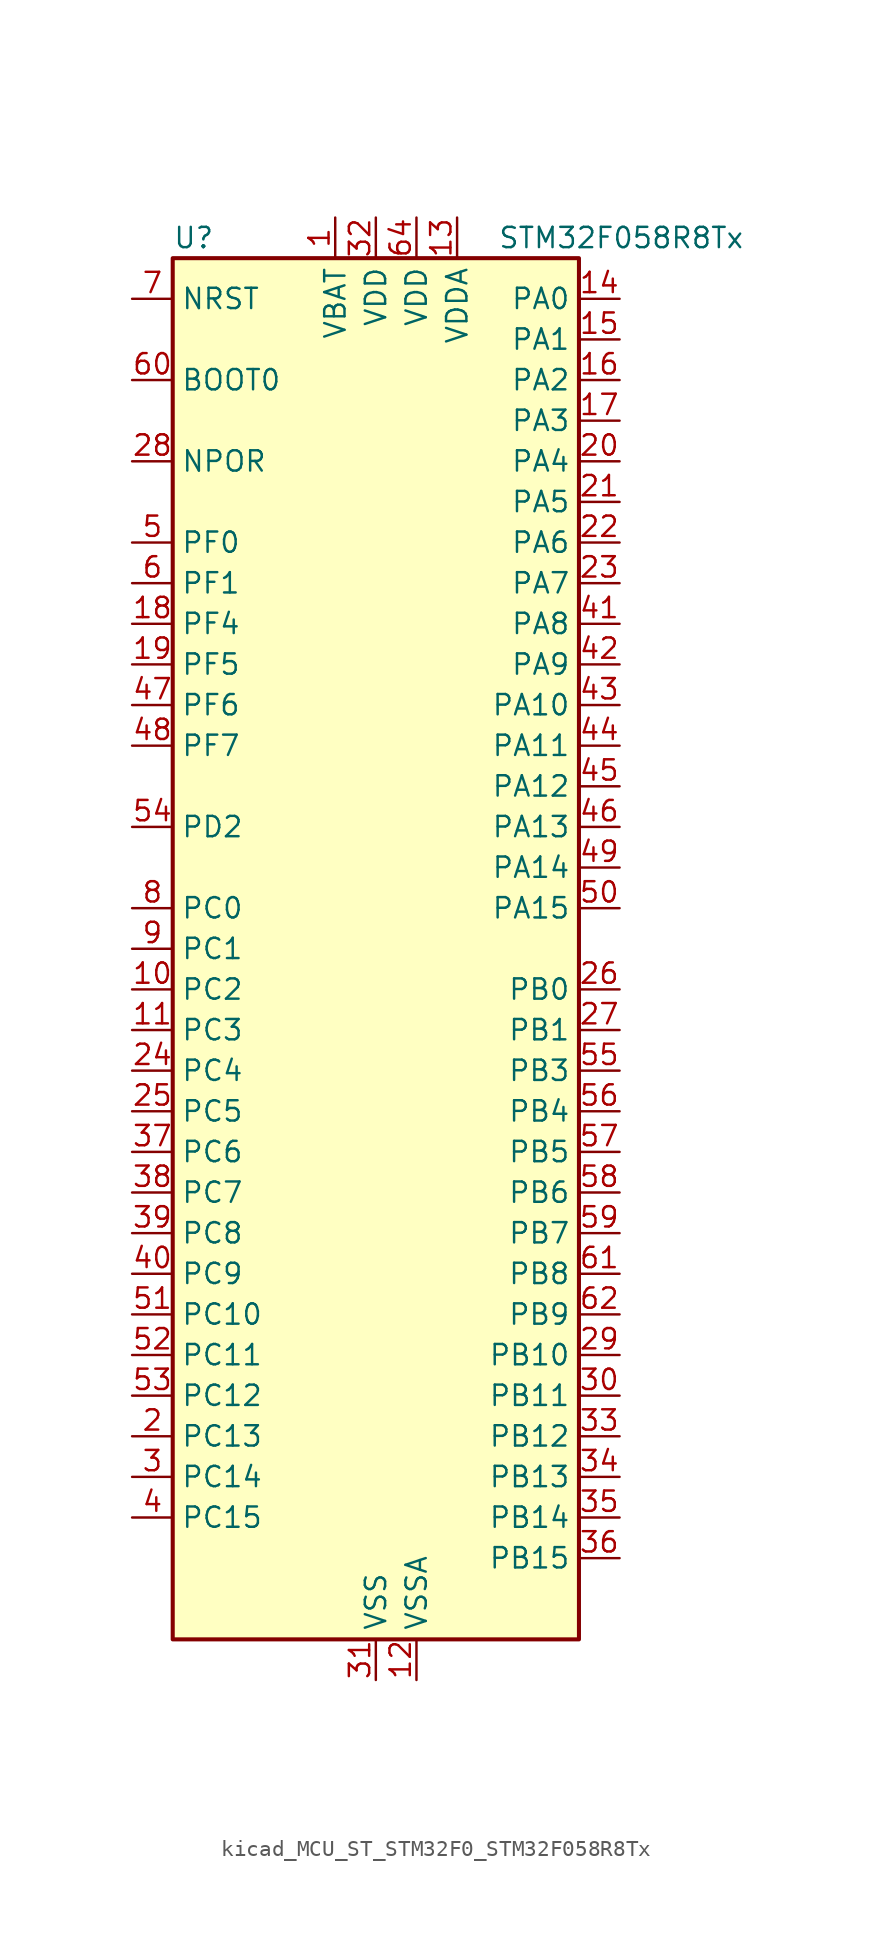
<source format=kicad_sym>
(kicad_symbol_lib
  (version 20220914)
  (generator kicad_symbol_editor)
  (symbol "kicad_MCU_ST_STM32F0_STM32F058R8Tx"
    (property "Reference" "U"
      (at -12.7 44.45 0)
      (effects (font (size 1.27 1.27)) (justify left)))
    (property "Value" "STM32F058R8Tx"
      (at 7.62 44.45 0)
      (effects (font (size 1.27 1.27)) (justify left)))
    (property "ki_locked" ""
      (at 0 0 0)
      (effects (font (size 1.27 1.27))))
    (symbol "kicad_MCU_ST_STM32F0_STM32F058R8Tx_0_1"
      (rectangle (start -12.7 -43.18) (end 12.7 43.18) (stroke (width 0.254) (type default)) (fill (type background))))
    (symbol "kicad_MCU_ST_STM32F0_STM32F058R8Tx_1_1"
      (pin power_in line (at -2.54 45.72 270) (length 2.54) (name "VBAT" (effects (font (size 1.27 1.27)))) (number "1" (effects (font (size 1.27 1.27)))))
      (pin bidirectional line (at -15.24 -2.54 0) (length 2.54) (name "PC2" (effects (font (size 1.27 1.27)))) (number "10" (effects (font (size 1.27 1.27)))) (alternate "ADC_IN12" bidirectional line))
      (pin bidirectional line (at -15.24 -5.08 0) (length 2.54) (name "PC3" (effects (font (size 1.27 1.27)))) (number "11" (effects (font (size 1.27 1.27)))) (alternate "ADC_IN13" bidirectional line))
      (pin power_in line (at 2.54 -45.72 90) (length 2.54) (name "VSSA" (effects (font (size 1.27 1.27)))) (number "12" (effects (font (size 1.27 1.27)))))
      (pin power_in line (at 5.08 45.72 270) (length 2.54) (name "VDDA" (effects (font (size 1.27 1.27)))) (number "13" (effects (font (size 1.27 1.27)))))
      (pin bidirectional line (at 15.24 40.64 180) (length 2.54) (name "PA0" (effects (font (size 1.27 1.27)))) (number "14" (effects (font (size 1.27 1.27)))) (alternate "ADC_IN0" bidirectional line) (alternate "COMP1_INM" bidirectional line) (alternate "COMP1_OUT" bidirectional line) (alternate "RTC_TAMP2" bidirectional line) (alternate "SYS_WKUP1" bidirectional line) (alternate "TIM2_CH1" bidirectional line) (alternate "TIM2_ETR" bidirectional line) (alternate "TSC_G1_IO1" bidirectional line) (alternate "USART2_CTS" bidirectional line))
      (pin bidirectional line (at 15.24 38.1 180) (length 2.54) (name "PA1" (effects (font (size 1.27 1.27)))) (number "15" (effects (font (size 1.27 1.27)))) (alternate "ADC_IN1" bidirectional line) (alternate "COMP1_INP" bidirectional line) (alternate "TIM2_CH2" bidirectional line) (alternate "TSC_G1_IO2" bidirectional line) (alternate "USART2_DE" bidirectional line) (alternate "USART2_RTS" bidirectional line))
      (pin bidirectional line (at 15.24 35.56 180) (length 2.54) (name "PA2" (effects (font (size 1.27 1.27)))) (number "16" (effects (font (size 1.27 1.27)))) (alternate "ADC_IN2" bidirectional line) (alternate "COMP2_INM" bidirectional line) (alternate "COMP2_OUT" bidirectional line) (alternate "TIM15_CH1" bidirectional line) (alternate "TIM2_CH3" bidirectional line) (alternate "TSC_G1_IO3" bidirectional line) (alternate "USART2_TX" bidirectional line))
      (pin bidirectional line (at 15.24 33.02 180) (length 2.54) (name "PA3" (effects (font (size 1.27 1.27)))) (number "17" (effects (font (size 1.27 1.27)))) (alternate "ADC_IN3" bidirectional line) (alternate "COMP2_INP" bidirectional line) (alternate "TIM15_CH2" bidirectional line) (alternate "TIM2_CH4" bidirectional line) (alternate "TSC_G1_IO4" bidirectional line) (alternate "USART2_RX" bidirectional line))
      (pin bidirectional line (at -15.24 20.32 0) (length 2.54) (name "PF4" (effects (font (size 1.27 1.27)))) (number "18" (effects (font (size 1.27 1.27)))))
      (pin bidirectional line (at -15.24 17.78 0) (length 2.54) (name "PF5" (effects (font (size 1.27 1.27)))) (number "19" (effects (font (size 1.27 1.27)))))
      (pin bidirectional line (at -15.24 -30.48 0) (length 2.54) (name "PC13" (effects (font (size 1.27 1.27)))) (number "2" (effects (font (size 1.27 1.27)))) (alternate "RTC_OUT_ALARM" bidirectional line) (alternate "RTC_OUT_CALIB" bidirectional line) (alternate "RTC_TAMP1" bidirectional line) (alternate "RTC_TS" bidirectional line) (alternate "SYS_WKUP2" bidirectional line))
      (pin bidirectional line (at 15.24 30.48 180) (length 2.54) (name "PA4" (effects (font (size 1.27 1.27)))) (number "20" (effects (font (size 1.27 1.27)))) (alternate "ADC_IN4" bidirectional line) (alternate "COMP1_INM" bidirectional line) (alternate "COMP2_INM" bidirectional line) (alternate "DAC1_OUT1" bidirectional line) (alternate "I2S1_WS" bidirectional line) (alternate "SPI1_NSS" bidirectional line) (alternate "TIM14_CH1" bidirectional line) (alternate "TSC_G2_IO1" bidirectional line) (alternate "USART2_CK" bidirectional line))
      (pin bidirectional line (at 15.24 27.94 180) (length 2.54) (name "PA5" (effects (font (size 1.27 1.27)))) (number "21" (effects (font (size 1.27 1.27)))) (alternate "ADC_IN5" bidirectional line) (alternate "CEC" bidirectional line) (alternate "COMP1_INM" bidirectional line) (alternate "COMP2_INM" bidirectional line) (alternate "I2S1_CK" bidirectional line) (alternate "SPI1_SCK" bidirectional line) (alternate "TIM2_CH1" bidirectional line) (alternate "TIM2_ETR" bidirectional line) (alternate "TSC_G2_IO2" bidirectional line))
      (pin bidirectional line (at 15.24 25.4 180) (length 2.54) (name "PA6" (effects (font (size 1.27 1.27)))) (number "22" (effects (font (size 1.27 1.27)))) (alternate "ADC_IN6" bidirectional line) (alternate "COMP1_OUT" bidirectional line) (alternate "I2S1_MCK" bidirectional line) (alternate "SPI1_MISO" bidirectional line) (alternate "TIM16_CH1" bidirectional line) (alternate "TIM1_BKIN" bidirectional line) (alternate "TIM3_CH1" bidirectional line) (alternate "TSC_G2_IO3" bidirectional line))
      (pin bidirectional line (at 15.24 22.86 180) (length 2.54) (name "PA7" (effects (font (size 1.27 1.27)))) (number "23" (effects (font (size 1.27 1.27)))) (alternate "ADC_IN7" bidirectional line) (alternate "COMP2_OUT" bidirectional line) (alternate "I2S1_SD" bidirectional line) (alternate "SPI1_MOSI" bidirectional line) (alternate "TIM14_CH1" bidirectional line) (alternate "TIM17_CH1" bidirectional line) (alternate "TIM1_CH1N" bidirectional line) (alternate "TIM3_CH2" bidirectional line) (alternate "TSC_G2_IO4" bidirectional line))
      (pin bidirectional line (at -15.24 -7.62 0) (length 2.54) (name "PC4" (effects (font (size 1.27 1.27)))) (number "24" (effects (font (size 1.27 1.27)))) (alternate "ADC_IN14" bidirectional line))
      (pin bidirectional line (at -15.24 -10.16 0) (length 2.54) (name "PC5" (effects (font (size 1.27 1.27)))) (number "25" (effects (font (size 1.27 1.27)))) (alternate "ADC_IN15" bidirectional line) (alternate "TSC_G3_IO1" bidirectional line))
      (pin bidirectional line (at 15.24 -2.54 180) (length 2.54) (name "PB0" (effects (font (size 1.27 1.27)))) (number "26" (effects (font (size 1.27 1.27)))) (alternate "ADC_IN8" bidirectional line) (alternate "TIM1_CH2N" bidirectional line) (alternate "TIM3_CH3" bidirectional line) (alternate "TSC_G3_IO2" bidirectional line))
      (pin bidirectional line (at 15.24 -5.08 180) (length 2.54) (name "PB1" (effects (font (size 1.27 1.27)))) (number "27" (effects (font (size 1.27 1.27)))) (alternate "ADC_IN9" bidirectional line) (alternate "TIM14_CH1" bidirectional line) (alternate "TIM1_CH3N" bidirectional line) (alternate "TIM3_CH4" bidirectional line) (alternate "TSC_G3_IO3" bidirectional line))
      (pin input line (at -15.24 30.48 0) (length 2.54) (name "NPOR" (effects (font (size 1.27 1.27)))) (number "28" (effects (font (size 1.27 1.27)))))
      (pin bidirectional line (at 15.24 -25.4 180) (length 2.54) (name "PB10" (effects (font (size 1.27 1.27)))) (number "29" (effects (font (size 1.27 1.27)))) (alternate "CEC" bidirectional line) (alternate "I2C2_SCL" bidirectional line) (alternate "TIM2_CH3" bidirectional line) (alternate "TSC_SYNC" bidirectional line))
      (pin bidirectional line (at -15.24 -33.02 0) (length 2.54) (name "PC14" (effects (font (size 1.27 1.27)))) (number "3" (effects (font (size 1.27 1.27)))) (alternate "RCC_OSC32_IN" bidirectional line))
      (pin bidirectional line (at 15.24 -27.94 180) (length 2.54) (name "PB11" (effects (font (size 1.27 1.27)))) (number "30" (effects (font (size 1.27 1.27)))) (alternate "I2C2_SDA" bidirectional line) (alternate "TIM2_CH4" bidirectional line) (alternate "TSC_G6_IO1" bidirectional line))
      (pin power_in line (at 0 -45.72 90) (length 2.54) (name "VSS" (effects (font (size 1.27 1.27)))) (number "31" (effects (font (size 1.27 1.27)))))
      (pin power_in line (at 0 45.72 270) (length 2.54) (name "VDD" (effects (font (size 1.27 1.27)))) (number "32" (effects (font (size 1.27 1.27)))))
      (pin bidirectional line (at 15.24 -30.48 180) (length 2.54) (name "PB12" (effects (font (size 1.27 1.27)))) (number "33" (effects (font (size 1.27 1.27)))) (alternate "SPI2_NSS" bidirectional line) (alternate "TIM1_BKIN" bidirectional line) (alternate "TSC_G6_IO2" bidirectional line))
      (pin bidirectional line (at 15.24 -33.02 180) (length 2.54) (name "PB13" (effects (font (size 1.27 1.27)))) (number "34" (effects (font (size 1.27 1.27)))) (alternate "SPI2_SCK" bidirectional line) (alternate "TIM1_CH1N" bidirectional line) (alternate "TSC_G6_IO3" bidirectional line))
      (pin bidirectional line (at 15.24 -35.56 180) (length 2.54) (name "PB14" (effects (font (size 1.27 1.27)))) (number "35" (effects (font (size 1.27 1.27)))) (alternate "SPI2_MISO" bidirectional line) (alternate "TIM15_CH1" bidirectional line) (alternate "TIM1_CH2N" bidirectional line) (alternate "TSC_G6_IO4" bidirectional line))
      (pin bidirectional line (at 15.24 -38.1 180) (length 2.54) (name "PB15" (effects (font (size 1.27 1.27)))) (number "36" (effects (font (size 1.27 1.27)))) (alternate "RTC_REFIN" bidirectional line) (alternate "SPI2_MOSI" bidirectional line) (alternate "TIM15_CH1N" bidirectional line) (alternate "TIM15_CH2" bidirectional line) (alternate "TIM1_CH3N" bidirectional line))
      (pin bidirectional line (at -15.24 -12.7 0) (length 2.54) (name "PC6" (effects (font (size 1.27 1.27)))) (number "37" (effects (font (size 1.27 1.27)))) (alternate "TIM3_CH1" bidirectional line))
      (pin bidirectional line (at -15.24 -15.24 0) (length 2.54) (name "PC7" (effects (font (size 1.27 1.27)))) (number "38" (effects (font (size 1.27 1.27)))) (alternate "TIM3_CH2" bidirectional line))
      (pin bidirectional line (at -15.24 -17.78 0) (length 2.54) (name "PC8" (effects (font (size 1.27 1.27)))) (number "39" (effects (font (size 1.27 1.27)))) (alternate "TIM3_CH3" bidirectional line))
      (pin bidirectional line (at -15.24 -35.56 0) (length 2.54) (name "PC15" (effects (font (size 1.27 1.27)))) (number "4" (effects (font (size 1.27 1.27)))) (alternate "RCC_OSC32_OUT" bidirectional line))
      (pin bidirectional line (at -15.24 -20.32 0) (length 2.54) (name "PC9" (effects (font (size 1.27 1.27)))) (number "40" (effects (font (size 1.27 1.27)))) (alternate "DAC1_EXTI9" bidirectional line) (alternate "TIM3_CH4" bidirectional line))
      (pin bidirectional line (at 15.24 20.32 180) (length 2.54) (name "PA8" (effects (font (size 1.27 1.27)))) (number "41" (effects (font (size 1.27 1.27)))) (alternate "RCC_MCO" bidirectional line) (alternate "TIM1_CH1" bidirectional line) (alternate "USART1_CK" bidirectional line))
      (pin bidirectional line (at 15.24 17.78 180) (length 2.54) (name "PA9" (effects (font (size 1.27 1.27)))) (number "42" (effects (font (size 1.27 1.27)))) (alternate "DAC1_EXTI9" bidirectional line) (alternate "TIM15_BKIN" bidirectional line) (alternate "TIM1_CH2" bidirectional line) (alternate "TSC_G4_IO1" bidirectional line) (alternate "USART1_TX" bidirectional line))
      (pin bidirectional line (at 15.24 15.24 180) (length 2.54) (name "PA10" (effects (font (size 1.27 1.27)))) (number "43" (effects (font (size 1.27 1.27)))) (alternate "TIM17_BKIN" bidirectional line) (alternate "TIM1_CH3" bidirectional line) (alternate "TSC_G4_IO2" bidirectional line) (alternate "USART1_RX" bidirectional line))
      (pin bidirectional line (at 15.24 12.7 180) (length 2.54) (name "PA11" (effects (font (size 1.27 1.27)))) (number "44" (effects (font (size 1.27 1.27)))) (alternate "COMP1_OUT" bidirectional line) (alternate "TIM1_CH4" bidirectional line) (alternate "TSC_G4_IO3" bidirectional line) (alternate "USART1_CTS" bidirectional line))
      (pin bidirectional line (at 15.24 10.16 180) (length 2.54) (name "PA12" (effects (font (size 1.27 1.27)))) (number "45" (effects (font (size 1.27 1.27)))) (alternate "COMP2_OUT" bidirectional line) (alternate "TIM1_ETR" bidirectional line) (alternate "TSC_G4_IO4" bidirectional line) (alternate "USART1_DE" bidirectional line) (alternate "USART1_RTS" bidirectional line))
      (pin bidirectional line (at 15.24 7.62 180) (length 2.54) (name "PA13" (effects (font (size 1.27 1.27)))) (number "46" (effects (font (size 1.27 1.27)))) (alternate "IR_OUT" bidirectional line) (alternate "SYS_SWDIO" bidirectional line))
      (pin bidirectional line (at -15.24 15.24 0) (length 2.54) (name "PF6" (effects (font (size 1.27 1.27)))) (number "47" (effects (font (size 1.27 1.27)))) (alternate "I2C2_SCL" bidirectional line))
      (pin bidirectional line (at -15.24 12.7 0) (length 2.54) (name "PF7" (effects (font (size 1.27 1.27)))) (number "48" (effects (font (size 1.27 1.27)))) (alternate "I2C2_SDA" bidirectional line))
      (pin bidirectional line (at 15.24 5.08 180) (length 2.54) (name "PA14" (effects (font (size 1.27 1.27)))) (number "49" (effects (font (size 1.27 1.27)))) (alternate "SYS_SWCLK" bidirectional line) (alternate "USART2_TX" bidirectional line))
      (pin bidirectional line (at -15.24 25.4 0) (length 2.54) (name "PF0" (effects (font (size 1.27 1.27)))) (number "5" (effects (font (size 1.27 1.27)))) (alternate "RCC_OSC_IN" bidirectional line))
      (pin bidirectional line (at 15.24 2.54 180) (length 2.54) (name "PA15" (effects (font (size 1.27 1.27)))) (number "50" (effects (font (size 1.27 1.27)))) (alternate "I2S1_WS" bidirectional line) (alternate "SPI1_NSS" bidirectional line) (alternate "TIM2_CH1" bidirectional line) (alternate "TIM2_ETR" bidirectional line) (alternate "USART2_RX" bidirectional line))
      (pin bidirectional line (at -15.24 -22.86 0) (length 2.54) (name "PC10" (effects (font (size 1.27 1.27)))) (number "51" (effects (font (size 1.27 1.27)))))
      (pin bidirectional line (at -15.24 -25.4 0) (length 2.54) (name "PC11" (effects (font (size 1.27 1.27)))) (number "52" (effects (font (size 1.27 1.27)))))
      (pin bidirectional line (at -15.24 -27.94 0) (length 2.54) (name "PC12" (effects (font (size 1.27 1.27)))) (number "53" (effects (font (size 1.27 1.27)))))
      (pin bidirectional line (at -15.24 7.62 0) (length 2.54) (name "PD2" (effects (font (size 1.27 1.27)))) (number "54" (effects (font (size 1.27 1.27)))) (alternate "TIM3_ETR" bidirectional line))
      (pin bidirectional line (at 15.24 -7.62 180) (length 2.54) (name "PB3" (effects (font (size 1.27 1.27)))) (number "55" (effects (font (size 1.27 1.27)))) (alternate "I2S1_CK" bidirectional line) (alternate "SPI1_SCK" bidirectional line) (alternate "TIM2_CH2" bidirectional line) (alternate "TSC_G5_IO1" bidirectional line))
      (pin bidirectional line (at 15.24 -10.16 180) (length 2.54) (name "PB4" (effects (font (size 1.27 1.27)))) (number "56" (effects (font (size 1.27 1.27)))) (alternate "I2S1_MCK" bidirectional line) (alternate "SPI1_MISO" bidirectional line) (alternate "TIM3_CH1" bidirectional line) (alternate "TSC_G5_IO2" bidirectional line))
      (pin bidirectional line (at 15.24 -12.7 180) (length 2.54) (name "PB5" (effects (font (size 1.27 1.27)))) (number "57" (effects (font (size 1.27 1.27)))) (alternate "I2C1_SMBA" bidirectional line) (alternate "I2S1_SD" bidirectional line) (alternate "SPI1_MOSI" bidirectional line) (alternate "TIM16_BKIN" bidirectional line) (alternate "TIM3_CH2" bidirectional line))
      (pin bidirectional line (at 15.24 -15.24 180) (length 2.54) (name "PB6" (effects (font (size 1.27 1.27)))) (number "58" (effects (font (size 1.27 1.27)))) (alternate "I2C1_SCL" bidirectional line) (alternate "TIM16_CH1N" bidirectional line) (alternate "TSC_G5_IO3" bidirectional line) (alternate "USART1_TX" bidirectional line))
      (pin bidirectional line (at 15.24 -17.78 180) (length 2.54) (name "PB7" (effects (font (size 1.27 1.27)))) (number "59" (effects (font (size 1.27 1.27)))) (alternate "I2C1_SDA" bidirectional line) (alternate "TIM17_CH1N" bidirectional line) (alternate "TSC_G5_IO4" bidirectional line) (alternate "USART1_RX" bidirectional line))
      (pin bidirectional line (at -15.24 22.86 0) (length 2.54) (name "PF1" (effects (font (size 1.27 1.27)))) (number "6" (effects (font (size 1.27 1.27)))) (alternate "RCC_OSC_OUT" bidirectional line))
      (pin input line (at -15.24 35.56 0) (length 2.54) (name "BOOT0" (effects (font (size 1.27 1.27)))) (number "60" (effects (font (size 1.27 1.27)))))
      (pin bidirectional line (at 15.24 -20.32 180) (length 2.54) (name "PB8" (effects (font (size 1.27 1.27)))) (number "61" (effects (font (size 1.27 1.27)))) (alternate "CEC" bidirectional line) (alternate "I2C1_SCL" bidirectional line) (alternate "TIM16_CH1" bidirectional line) (alternate "TSC_SYNC" bidirectional line))
      (pin bidirectional line (at 15.24 -22.86 180) (length 2.54) (name "PB9" (effects (font (size 1.27 1.27)))) (number "62" (effects (font (size 1.27 1.27)))) (alternate "DAC1_EXTI9" bidirectional line) (alternate "I2C1_SDA" bidirectional line) (alternate "IR_OUT" bidirectional line) (alternate "TIM17_CH1" bidirectional line))
      (pin passive line (at 0 -45.72 90) (length 2.54) hide (name "VSS" (effects (font (size 1.27 1.27)))) (number "63" (effects (font (size 1.27 1.27)))))
      (pin power_in line (at 2.54 45.72 270) (length 2.54) (name "VDD" (effects (font (size 1.27 1.27)))) (number "64" (effects (font (size 1.27 1.27)))))
      (pin input line (at -15.24 40.64 0) (length 2.54) (name "NRST" (effects (font (size 1.27 1.27)))) (number "7" (effects (font (size 1.27 1.27)))))
      (pin bidirectional line (at -15.24 2.54 0) (length 2.54) (name "PC0" (effects (font (size 1.27 1.27)))) (number "8" (effects (font (size 1.27 1.27)))) (alternate "ADC_IN10" bidirectional line))
      (pin bidirectional line (at -15.24 0 0) (length 2.54) (name "PC1" (effects (font (size 1.27 1.27)))) (number "9" (effects (font (size 1.27 1.27)))) (alternate "ADC_IN11" bidirectional line)))))
</source>
